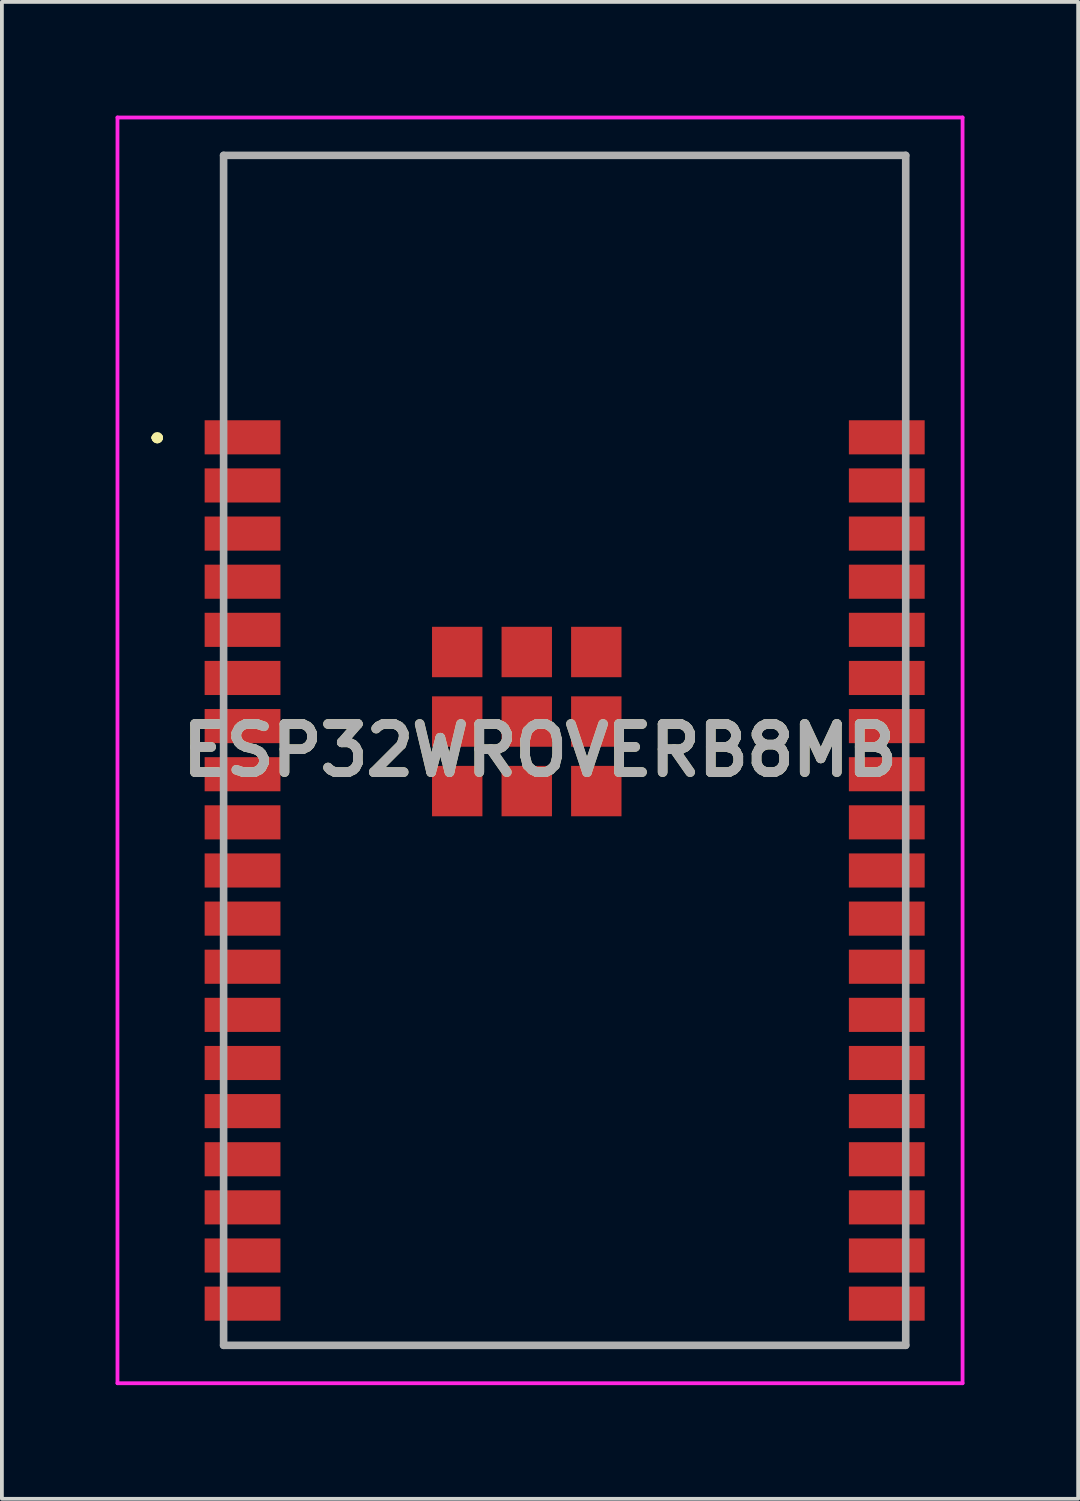
<source format=kicad_pcb>
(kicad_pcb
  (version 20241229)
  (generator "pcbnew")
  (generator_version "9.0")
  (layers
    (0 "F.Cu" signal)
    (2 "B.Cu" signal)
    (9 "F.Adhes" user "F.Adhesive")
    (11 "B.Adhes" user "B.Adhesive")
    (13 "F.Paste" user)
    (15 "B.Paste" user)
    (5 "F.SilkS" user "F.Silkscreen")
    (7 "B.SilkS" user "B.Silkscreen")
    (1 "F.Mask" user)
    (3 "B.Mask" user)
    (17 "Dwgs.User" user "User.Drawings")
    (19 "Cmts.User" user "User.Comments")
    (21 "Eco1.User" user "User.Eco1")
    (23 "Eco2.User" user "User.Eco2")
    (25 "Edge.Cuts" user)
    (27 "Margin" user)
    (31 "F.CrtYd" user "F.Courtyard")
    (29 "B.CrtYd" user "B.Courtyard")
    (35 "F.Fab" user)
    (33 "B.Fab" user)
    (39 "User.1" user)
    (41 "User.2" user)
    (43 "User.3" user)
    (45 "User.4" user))
  (footprint "ESP32WROVERB8MB"
    (layer "F.Cu")
    (at 11.85 16.75)
    (property "Reference" "ESP32WROVERB8MB" (at -0.65 0 0) (layer "F.SilkS") (effects (font (size 1.27 1.27) (thickness 0.254))))
    (attr smd)
    (fp_line (start -10.8 -8.25) (end -10.8 -8.25) (stroke (width 0.2) (type solid)) (layer "F.SilkS"))
    (fp_line (start -10.8 -8.25) (end -10.8 -8.25) (stroke (width 0.2) (type solid)) (layer "F.SilkS"))
    (fp_line (start -10.7 -8.25) (end -10.7 -8.25) (stroke (width 0.2) (type solid)) (layer "F.SilkS"))
    (fp_line (start -9 -15.7) (end -9 -15.7) (stroke (width 0.1) (type solid)) (layer "F.SilkS"))
    (fp_line (start -9 -15.7) (end -9 -15.7) (stroke (width 0.1) (type solid)) (layer "F.SilkS"))
    (fp_line (start -9 -15.7) (end -9 -9.26) (stroke (width 0.1) (type solid)) (layer "F.SilkS"))
    (fp_line (start -9 -15.7) (end 9 -15.7) (stroke (width 0.1) (type solid)) (layer "F.SilkS"))
    (fp_line (start -9 -9.26) (end -9 -15.7) (stroke (width 0.1) (type solid)) (layer "F.SilkS"))
    (fp_line (start -9 -9.26) (end -9 -9.26) (stroke (width 0.1) (type solid)) (layer "F.SilkS"))
    (fp_line (start -9 15.7) (end -9 15.7) (stroke (width 0.1) (type solid)) (layer "F.SilkS"))
    (fp_line (start -9 15.7) (end 9 15.7) (stroke (width 0.1) (type solid)) (layer "F.SilkS"))
    (fp_line (start 9 -15.7) (end -9 -15.7) (stroke (width 0.1) (type solid)) (layer "F.SilkS"))
    (fp_line (start 9 -15.7) (end 9 -15.7) (stroke (width 0.1) (type solid)) (layer "F.SilkS"))
    (fp_line (start 9 -15.7) (end 9 -15.7) (stroke (width 0.1) (type solid)) (layer "F.SilkS"))
    (fp_line (start 9 -15.7) (end 9 -9.26) (stroke (width 0.1) (type solid)) (layer "F.SilkS"))
    (fp_line (start 9 -9.26) (end 9 -15.7) (stroke (width 0.1) (type solid)) (layer "F.SilkS"))
    (fp_line (start 9 -9.26) (end 9 -9.26) (stroke (width 0.1) (type solid)) (layer "F.SilkS"))
    (fp_line (start 9 15.7) (end -9 15.7) (stroke (width 0.1) (type solid)) (layer "F.SilkS"))
    (fp_line (start 9 15.7) (end 9 15.7) (stroke (width 0.1) (type solid)) (layer "F.SilkS"))
    (fp_arc (start -10.8 -8.25) (mid -10.75 -8.3) (end -10.7 -8.25) (stroke (width 0.2) (type solid)) (layer "F.SilkS"))
    (fp_arc (start -10.7 -8.25) (mid -10.75 -8.2) (end -10.8 -8.25) (stroke (width 0.2) (type solid)) (layer "F.SilkS"))
    (fp_arc (start -10.7 -8.25) (mid -10.75 -8.2) (end -10.8 -8.25) (stroke (width 0.2) (type solid)) (layer "F.SilkS"))
    (fp_line (start -11.8 -16.7) (end 10.5 -16.7) (stroke (width 0.1) (type solid)) (layer "F.CrtYd"))
    (fp_line (start -11.8 16.7) (end -11.8 -16.7) (stroke (width 0.1) (type solid)) (layer "F.CrtYd"))
    (fp_line (start 10.5 -16.7) (end 10.5 16.7) (stroke (width 0.1) (type solid)) (layer "F.CrtYd"))
    (fp_line (start 10.5 16.7) (end -11.8 16.7) (stroke (width 0.1) (type solid)) (layer "F.CrtYd"))
    (fp_line (start -9 -15.7) (end -9 15.7) (stroke (width 0.2) (type solid)) (layer "F.Fab"))
    (fp_line (start -9 15.7) (end 9 15.7) (stroke (width 0.2) (type solid)) (layer "F.Fab"))
    (fp_line (start 9 -15.7) (end -9 -15.7) (stroke (width 0.2) (type solid)) (layer "F.Fab"))
    (fp_line (start 9 15.7) (end 9 -15.7) (stroke (width 0.2) (type solid)) (layer "F.Fab"))
    (fp_text user "${REFERENCE}" (at -0.65 0 0) (layer "F.Fab") (effects (font (size 1.27 1.27) (thickness 0.254))))
    (pad "1" smd rect (at -8.5 -8.26 90) (size 0.9 2) (layers "F.Cu" "F.Mask" "F.Paste"))
    (pad "2" smd rect (at -8.5 -6.99 90) (size 0.9 2) (layers "F.Cu" "F.Mask" "F.Paste"))
    (pad "3" smd rect (at -8.5 -5.72 90) (size 0.9 2) (layers "F.Cu" "F.Mask" "F.Paste"))
    (pad "4" smd rect (at -8.5 -4.45 90) (size 0.9 2) (layers "F.Cu" "F.Mask" "F.Paste"))
    (pad "5" smd rect (at -8.5 -3.18 90) (size 0.9 2) (layers "F.Cu" "F.Mask" "F.Paste"))
    (pad "6" smd rect (at -8.5 -1.91 90) (size 0.9 2) (layers "F.Cu" "F.Mask" "F.Paste"))
    (pad "7" smd rect (at -8.5 -0.64 90) (size 0.9 2) (layers "F.Cu" "F.Mask" "F.Paste"))
    (pad "8" smd rect (at -8.5 0.63 90) (size 0.9 2) (layers "F.Cu" "F.Mask" "F.Paste"))
    (pad "9" smd rect (at -8.5 1.9 90) (size 0.9 2) (layers "F.Cu" "F.Mask" "F.Paste"))
    (pad "10" smd rect (at -8.5 3.17 90) (size 0.9 2) (layers "F.Cu" "F.Mask" "F.Paste"))
    (pad "11" smd rect (at -8.5 4.44 90) (size 0.9 2) (layers "F.Cu" "F.Mask" "F.Paste"))
    (pad "12" smd rect (at -8.5 5.71 90) (size 0.9 2) (layers "F.Cu" "F.Mask" "F.Paste"))
    (pad "13" smd rect (at -8.5 6.98 90) (size 0.9 2) (layers "F.Cu" "F.Mask" "F.Paste"))
    (pad "14" smd rect (at -8.5 8.25 90) (size 0.9 2) (layers "F.Cu" "F.Mask" "F.Paste"))
    (pad "15" smd rect (at -8.5 9.52 90) (size 0.9 2) (layers "F.Cu" "F.Mask" "F.Paste"))
    (pad "16" smd rect (at -8.5 10.79 90) (size 0.9 2) (layers "F.Cu" "F.Mask" "F.Paste"))
    (pad "17" smd rect (at -8.5 12.06 90) (size 0.9 2) (layers "F.Cu" "F.Mask" "F.Paste"))
    (pad "18" smd rect (at -8.5 13.33 90) (size 0.9 2) (layers "F.Cu" "F.Mask" "F.Paste"))
    (pad "19" smd rect (at -8.5 14.6 90) (size 0.9 2) (layers "F.Cu" "F.Mask" "F.Paste"))
    (pad "20" smd rect (at 8.5 14.6 90) (size 0.9 2) (layers "F.Cu" "F.Mask" "F.Paste"))
    (pad "21" smd rect (at 8.5 13.33 90) (size 0.9 2) (layers "F.Cu" "F.Mask" "F.Paste"))
    (pad "22" smd rect (at 8.5 12.06 90) (size 0.9 2) (layers "F.Cu" "F.Mask" "F.Paste"))
    (pad "23" smd rect (at 8.5 10.79 90) (size 0.9 2) (layers "F.Cu" "F.Mask" "F.Paste"))
    (pad "24" smd rect (at 8.5 9.52 90) (size 0.9 2) (layers "F.Cu" "F.Mask" "F.Paste"))
    (pad "25" smd rect (at 8.5 8.25 90) (size 0.9 2) (layers "F.Cu" "F.Mask" "F.Paste"))
    (pad "26" smd rect (at 8.5 6.98 90) (size 0.9 2) (layers "F.Cu" "F.Mask" "F.Paste"))
    (pad "27" smd rect (at 8.5 5.71 90) (size 0.9 2) (layers "F.Cu" "F.Mask" "F.Paste"))
    (pad "28" smd rect (at 8.5 4.44 90) (size 0.9 2) (layers "F.Cu" "F.Mask" "F.Paste"))
    (pad "29" smd rect (at 8.5 3.17 90) (size 0.9 2) (layers "F.Cu" "F.Mask" "F.Paste"))
    (pad "30" smd rect (at 8.5 1.9 90) (size 0.9 2) (layers "F.Cu" "F.Mask" "F.Paste"))
    (pad "31" smd rect (at 8.5 0.63 90) (size 0.9 2) (layers "F.Cu" "F.Mask" "F.Paste"))
    (pad "32" smd rect (at 8.5 -0.64 90) (size 0.9 2) (layers "F.Cu" "F.Mask" "F.Paste"))
    (pad "33" smd rect (at 8.5 -1.91 90) (size 0.9 2) (layers "F.Cu" "F.Mask" "F.Paste"))
    (pad "34" smd rect (at 8.5 -3.18 90) (size 0.9 2) (layers "F.Cu" "F.Mask" "F.Paste"))
    (pad "35" smd rect (at 8.5 -4.45 90) (size 0.9 2) (layers "F.Cu" "F.Mask" "F.Paste"))
    (pad "36" smd rect (at 8.5 -5.72 90) (size 0.9 2) (layers "F.Cu" "F.Mask" "F.Paste"))
    (pad "37" smd rect (at 8.5 -6.99 90) (size 0.9 2) (layers "F.Cu" "F.Mask" "F.Paste"))
    (pad "38" smd rect (at 8.5 -8.26 90) (size 0.9 2) (layers "F.Cu" "F.Mask" "F.Paste"))
    (pad "39" smd rect (at -2.835 -2.595 90) (size 1.33 1.33) (layers "F.Cu" "F.Mask" "F.Paste"))
    (pad "40" smd rect (at -2.835 -0.76 90) (size 1.33 1.33) (layers "F.Cu" "F.Mask" "F.Paste"))
    (pad "41" smd rect (at -2.835 1.075 90) (size 1.33 1.33) (layers "F.Cu" "F.Mask" "F.Paste"))
    (pad "42" smd rect (at -1 1.075 90) (size 1.33 1.33) (layers "F.Cu" "F.Mask" "F.Paste"))
    (pad "43" smd rect (at 0.835 1.075 90) (size 1.33 1.33) (layers "F.Cu" "F.Mask" "F.Paste"))
    (pad "44" smd rect (at 0.835 -0.76 90) (size 1.33 1.33) (layers "F.Cu" "F.Mask" "F.Paste"))
    (pad "45" smd rect (at 0.835 -2.595 90) (size 1.33 1.33) (layers "F.Cu" "F.Mask" "F.Paste"))
    (pad "46" smd rect (at -1 -2.595 90) (size 1.33 1.33) (layers "F.Cu" "F.Mask" "F.Paste"))
    (pad "47" smd rect (at -1 -0.76 90) (size 1.33 1.33) (layers "F.Cu" "F.Mask" "F.Paste")))
  (gr_rect
    (start -3 -3)
    (end 25.4 36.5)
    (stroke (width 0.1) (type default))
    (fill no)
    (layer "Edge.Cuts")))
</source>
